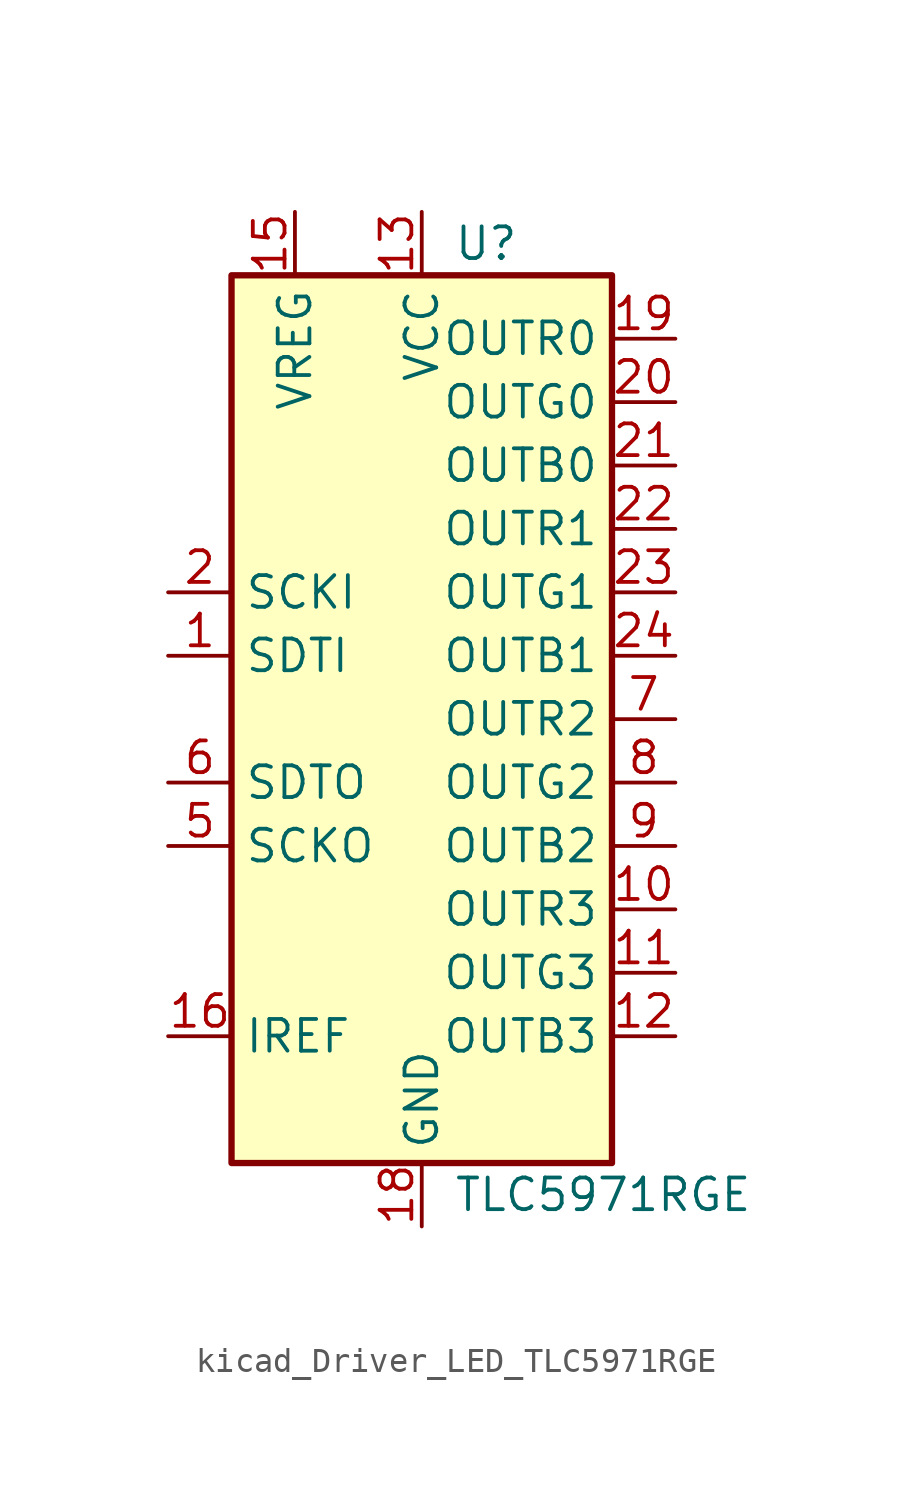
<source format=kicad_sym>
(kicad_symbol_lib
  (version 20220914)
  (generator kicad_symbol_editor)
  (symbol "kicad_Driver_LED_TLC5971RGE"
    (property "Reference" "U"
      (at 1.27 19.05 0)
      (effects (font (size 1.27 1.27)) (justify left)))
    (property "Value" "TLC5971RGE"
      (at 1.27 -19.05 0)
      (effects (font (size 1.27 1.27)) (justify left)))
    (symbol "kicad_Driver_LED_TLC5971RGE_0_1"
      (rectangle (start -7.62 17.78) (end 7.62 -17.78) (stroke (width 0.254) (type default)) (fill (type background)))
      (pin input line (at -10.16 2.54 0) (length 2.54) (name "SDTI" (effects (font (size 1.27 1.27)))) (number "1" (effects (font (size 1.27 1.27)))))
      (pin open_collector line (at 10.16 -7.62 180) (length 2.54) (name "OUTR3" (effects (font (size 1.27 1.27)))) (number "10" (effects (font (size 1.27 1.27)))))
      (pin open_collector line (at 10.16 -10.16 180) (length 2.54) (name "OUTG3" (effects (font (size 1.27 1.27)))) (number "11" (effects (font (size 1.27 1.27)))))
      (pin open_collector line (at 10.16 -12.7 180) (length 2.54) (name "OUTB3" (effects (font (size 1.27 1.27)))) (number "12" (effects (font (size 1.27 1.27)))))
      (pin power_in line (at 0 20.32 270) (length 2.54) (name "VCC" (effects (font (size 1.27 1.27)))) (number "13" (effects (font (size 1.27 1.27)))))
      (pin no_connect line (at -7.62 -7.62 0) (length 2.54) hide (name "NC" (effects (font (size 1.27 1.27)))) (number "14" (effects (font (size 1.27 1.27)))))
      (pin no_connect line (at -7.62 -10.16 0) (length 2.54) hide (name "NC" (effects (font (size 1.27 1.27)))) (number "17" (effects (font (size 1.27 1.27)))))
      (pin power_in line (at 0 -20.32 90) (length 2.54) (name "GND" (effects (font (size 1.27 1.27)))) (number "18" (effects (font (size 1.27 1.27)))))
      (pin open_collector line (at 10.16 15.24 180) (length 2.54) (name "OUTR0" (effects (font (size 1.27 1.27)))) (number "19" (effects (font (size 1.27 1.27)))))
      (pin input line (at -10.16 5.08 0) (length 2.54) (name "SCKI" (effects (font (size 1.27 1.27)))) (number "2" (effects (font (size 1.27 1.27)))))
      (pin open_collector line (at 10.16 12.7 180) (length 2.54) (name "OUTG0" (effects (font (size 1.27 1.27)))) (number "20" (effects (font (size 1.27 1.27)))))
      (pin open_collector line (at 10.16 10.16 180) (length 2.54) (name "OUTB0" (effects (font (size 1.27 1.27)))) (number "21" (effects (font (size 1.27 1.27)))))
      (pin open_collector line (at 10.16 7.62 180) (length 2.54) (name "OUTR1" (effects (font (size 1.27 1.27)))) (number "22" (effects (font (size 1.27 1.27)))))
      (pin open_collector line (at 10.16 5.08 180) (length 2.54) (name "OUTG1" (effects (font (size 1.27 1.27)))) (number "23" (effects (font (size 1.27 1.27)))))
      (pin open_collector line (at 10.16 2.54 180) (length 2.54) (name "OUTB1" (effects (font (size 1.27 1.27)))) (number "24" (effects (font (size 1.27 1.27)))))
      (pin passive line (at 0 -20.32 90) (length 2.54) hide (name "GND" (effects (font (size 1.27 1.27)))) (number "25" (effects (font (size 1.27 1.27)))))
      (pin no_connect line (at -7.62 10.16 0) (length 2.54) hide (name "NC" (effects (font (size 1.27 1.27)))) (number "3" (effects (font (size 1.27 1.27)))))
      (pin no_connect line (at -7.62 7.62 0) (length 2.54) hide (name "NC" (effects (font (size 1.27 1.27)))) (number "4" (effects (font (size 1.27 1.27)))))
      (pin output line (at -10.16 -2.54 0) (length 2.54) (name "SDTO" (effects (font (size 1.27 1.27)))) (number "6" (effects (font (size 1.27 1.27)))))
      (pin open_collector line (at 10.16 0 180) (length 2.54) (name "OUTR2" (effects (font (size 1.27 1.27)))) (number "7" (effects (font (size 1.27 1.27)))))
      (pin open_collector line (at 10.16 -2.54 180) (length 2.54) (name "OUTG2" (effects (font (size 1.27 1.27)))) (number "8" (effects (font (size 1.27 1.27)))))
      (pin open_collector line (at 10.16 -5.08 180) (length 2.54) (name "OUTB2" (effects (font (size 1.27 1.27)))) (number "9" (effects (font (size 1.27 1.27))))))
    (symbol "kicad_Driver_LED_TLC5971RGE_1_1"
      (pin passive line (at -5.08 20.32 270) (length 2.54) (name "VREG" (effects (font (size 1.27 1.27)))) (number "15" (effects (font (size 1.27 1.27)))))
      (pin passive line (at -10.16 -12.7 0) (length 2.54) (name "IREF" (effects (font (size 1.27 1.27)))) (number "16" (effects (font (size 1.27 1.27)))))
      (pin output line (at -10.16 -5.08 0) (length 2.54) (name "SCKO" (effects (font (size 1.27 1.27)))) (number "5" (effects (font (size 1.27 1.27))))))))
</source>
